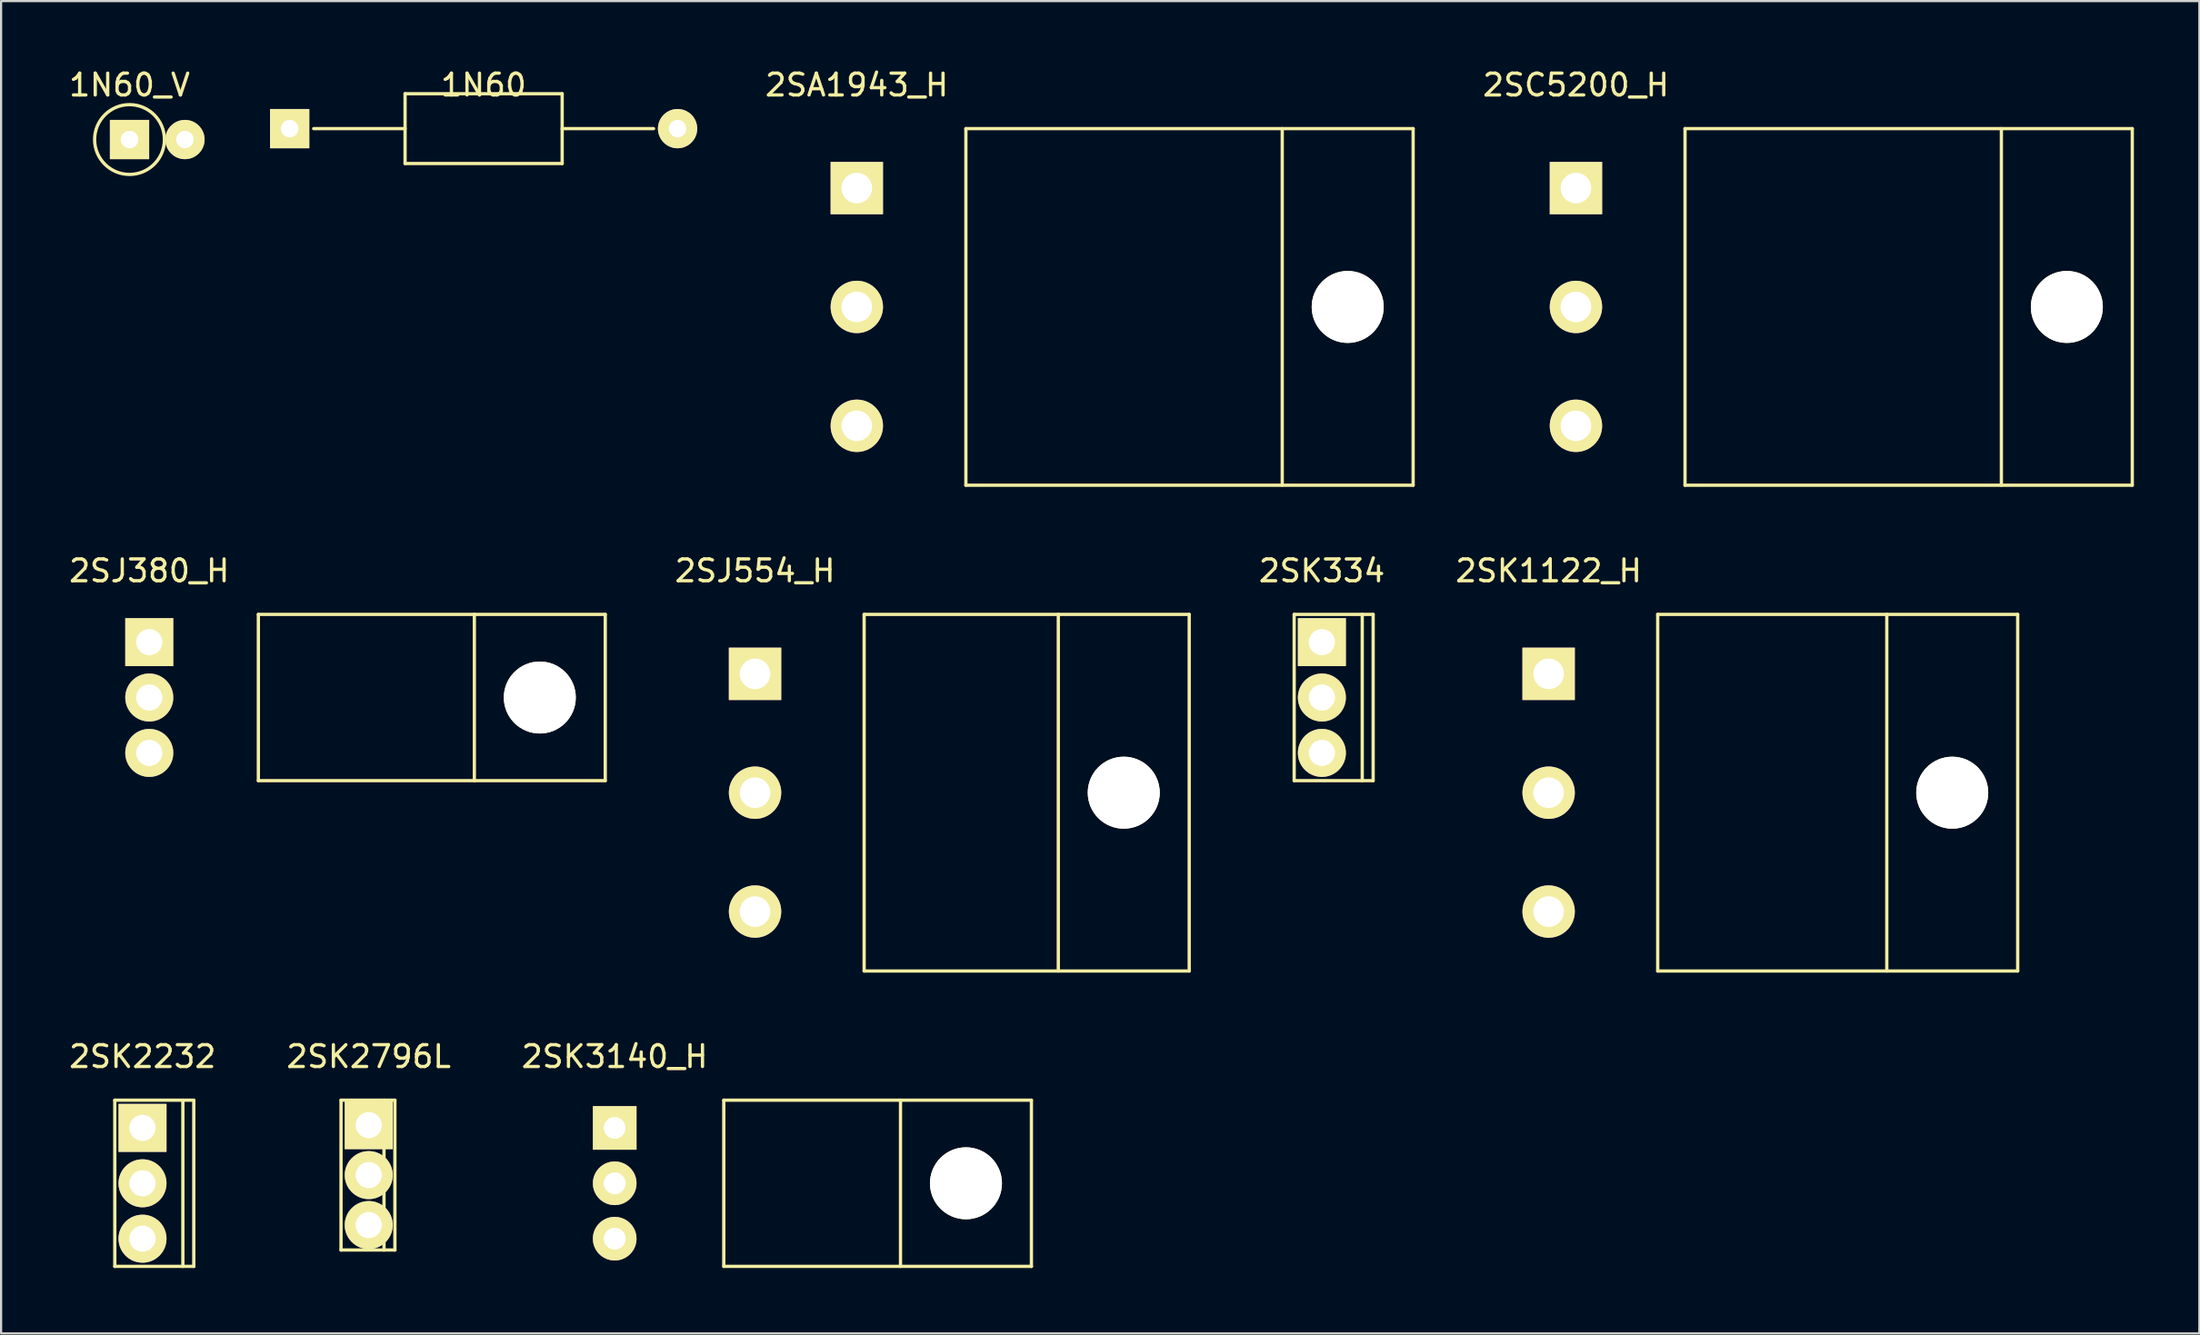
<source format=kicad_pcb>
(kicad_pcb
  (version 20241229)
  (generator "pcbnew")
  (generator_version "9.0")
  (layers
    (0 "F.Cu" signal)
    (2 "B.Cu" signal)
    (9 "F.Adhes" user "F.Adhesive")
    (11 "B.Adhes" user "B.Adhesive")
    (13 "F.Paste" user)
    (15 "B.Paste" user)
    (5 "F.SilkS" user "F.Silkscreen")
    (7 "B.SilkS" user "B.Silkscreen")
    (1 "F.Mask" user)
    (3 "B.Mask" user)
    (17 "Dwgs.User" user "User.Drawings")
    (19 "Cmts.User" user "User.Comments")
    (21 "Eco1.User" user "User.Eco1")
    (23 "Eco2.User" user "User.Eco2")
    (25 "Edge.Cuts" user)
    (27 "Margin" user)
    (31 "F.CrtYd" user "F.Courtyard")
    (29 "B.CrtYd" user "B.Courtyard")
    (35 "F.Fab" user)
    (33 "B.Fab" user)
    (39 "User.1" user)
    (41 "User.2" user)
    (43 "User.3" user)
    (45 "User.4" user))
  (footprint "2SK2796L"
    (layer "F.Cu")
    (at 13.851 48.54)
    (property "Reference" "2SK2796L" (at 0 -3.145 0) (layer "F.SilkS") (effects (font (size 1 1) (thickness 0.15))))
    (attr through_hole)
    (fp_line (start -1.27 -1.145) (end -1.27 5.725) (stroke (width 0.15) (type solid)) (layer "F.SilkS"))
    (fp_line (start -1.27 -1.145) (end 1.2 -1.145) (stroke (width 0.15) (type solid)) (layer "F.SilkS"))
    (fp_line (start -1.27 5.725) (end 1.2 5.725) (stroke (width 0.15) (type solid)) (layer "F.SilkS"))
    (fp_line (start 0.7 -1.145) (end 0.7 5.725) (stroke (width 0.15) (type solid)) (layer "F.SilkS"))
    (fp_line (start 1.2 -1.145) (end 1.2 5.725) (stroke (width 0.15) (type solid)) (layer "F.SilkS"))
    (pad "1" thru_hole rect (at 0 0) (size 2.2 2.2) (drill 1.2) (layers "*.Cu" "*.Mask" "F.SilkS"))
    (pad "2" thru_hole circle (at 0 2.29) (size 2.2 2.2) (drill 1.2) (layers "*.Cu" "*.Mask" "F.SilkS"))
    (pad "3" thru_hole circle (at 0 4.58) (size 2.2 2.2) (drill 1.2) (layers "*.Cu" "*.Mask" "F.SilkS")))
  (footprint "2SJ554_H"
    (layer "F.Cu")
    (at 31.558 27.846)
    (property "Reference" "2SJ554_H" (at 0 -4.725 0) (layer "F.SilkS") (effects (font (size 1 1) (thickness 0.15))))
    (attr through_hole)
    (fp_line (start 5 -2.725) (end 5 13.625) (stroke (width 0.15) (type solid)) (layer "F.SilkS"))
    (fp_line (start 5 -2.725) (end 19.9 -2.725) (stroke (width 0.15) (type solid)) (layer "F.SilkS"))
    (fp_line (start 5 13.625) (end 19.9 13.625) (stroke (width 0.15) (type solid)) (layer "F.SilkS"))
    (fp_line (start 13.9 -2.725) (end 13.9 13.625) (stroke (width 0.15) (type solid)) (layer "F.SilkS"))
    (fp_line (start 19.9 -2.725) (end 19.9 13.625) (stroke (width 0.15) (type solid)) (layer "F.SilkS"))
    (pad "" np_thru_hole circle (at 16.9 5.45) (size 3.3 3.3) (drill 3.3) (layers "*.Cu" "*.Mask" "F.SilkS"))
    (pad "1" thru_hole rect (at 0 0) (size 2.4 2.4) (drill 1.4) (layers "*.Cu" "*.Mask" "F.SilkS"))
    (pad "2" thru_hole circle (at 0 5.45) (size 2.4 2.4) (drill 1.4) (layers "*.Cu" "*.Mask" "F.SilkS"))
    (pad "3" thru_hole circle (at 0 10.9) (size 2.4 2.4) (drill 1.4) (layers "*.Cu" "*.Mask" "F.SilkS")))
  (footprint "2SK3140_H"
    (layer "F.Cu")
    (at 25.125 48.665)
    (property "Reference" "2SK3140_H" (at 0 -3.27 0) (layer "F.SilkS") (effects (font (size 1 1) (thickness 0.15))))
    (attr through_hole)
    (fp_line (start 5 -1.27) (end 5 6.35) (stroke (width 0.15) (type solid)) (layer "F.SilkS"))
    (fp_line (start 5 -1.27) (end 19.1 -1.27) (stroke (width 0.15) (type solid)) (layer "F.SilkS"))
    (fp_line (start 5 6.35) (end 19.1 6.35) (stroke (width 0.15) (type solid)) (layer "F.SilkS"))
    (fp_line (start 13.1 -1.27) (end 13.1 6.35) (stroke (width 0.15) (type solid)) (layer "F.SilkS"))
    (fp_line (start 19.1 -1.27) (end 19.1 6.35) (stroke (width 0.15) (type solid)) (layer "F.SilkS"))
    (pad "" np_thru_hole circle (at 16.1 2.54) (size 3.3 3.3) (drill 3.3) (layers "*.Cu" "*.Mask" "F.SilkS"))
    (pad "1" thru_hole rect (at 0 0) (size 2 2) (drill 1) (layers "*.Cu" "*.Mask" "F.SilkS"))
    (pad "2" thru_hole circle (at 0 2.54) (size 2 2) (drill 1) (layers "*.Cu" "*.Mask" "F.SilkS"))
    (pad "3" thru_hole circle (at 0 5.08) (size 2 2) (drill 1) (layers "*.Cu" "*.Mask" "F.SilkS")))
  (footprint "2SK1122_H"
    (layer "F.Cu")
    (at 67.932 27.846)
    (property "Reference" "2SK1122_H" (at 0 -4.725 0) (layer "F.SilkS") (effects (font (size 1 1) (thickness 0.15))))
    (attr through_hole)
    (fp_line (start 5 -2.725) (end 5 13.625) (stroke (width 0.15) (type solid)) (layer "F.SilkS"))
    (fp_line (start 5 -2.725) (end 21.5 -2.725) (stroke (width 0.15) (type solid)) (layer "F.SilkS"))
    (fp_line (start 5 13.625) (end 21.5 13.625) (stroke (width 0.15) (type solid)) (layer "F.SilkS"))
    (fp_line (start 15.5 -2.725) (end 15.5 13.625) (stroke (width 0.15) (type solid)) (layer "F.SilkS"))
    (fp_line (start 21.5 -2.725) (end 21.5 13.625) (stroke (width 0.15) (type solid)) (layer "F.SilkS"))
    (pad "" np_thru_hole circle (at 18.5 5.45) (size 3.3 3.3) (drill 3.3) (layers "*.Cu" "*.Mask" "F.SilkS"))
    (pad "1" thru_hole rect (at 0 0) (size 2.4 2.4) (drill 1.4) (layers "*.Cu" "*.Mask" "F.SilkS"))
    (pad "2" thru_hole circle (at 0 5.45) (size 2.4 2.4) (drill 1.4) (layers "*.Cu" "*.Mask" "F.SilkS"))
    (pad "3" thru_hole circle (at 0 10.9) (size 2.4 2.4) (drill 1.4) (layers "*.Cu" "*.Mask" "F.SilkS")))
  (footprint "1N60_V"
    (layer "F.Cu")
    (at 2.887 3.348)
    (property "Reference" "1N60_V" (at 0 -2.5 0) (layer "F.SilkS") (effects (font (size 1 1) (thickness 0.15))))
    (attr through_hole)
    (fp_circle (center 0 0) (end 0 -1.6) (stroke (width 0.15) (type solid)) (fill no) (layer "F.SilkS"))
    (pad "1" thru_hole rect (at 0 0) (size 1.8 1.8) (drill 0.8) (layers "*.Cu" "*.Mask" "F.SilkS"))
    (pad "2" thru_hole circle (at 2.54 0) (size 1.8 1.8) (drill 0.8) (layers "*.Cu" "*.Mask" "F.SilkS")))
  (footprint "1N60"
    (layer "F.Cu")
    (at 10.227 2.848)
    (property "Reference" "1N60" (at 8.89 -2 0) (layer "F.SilkS") (effects (font (size 1 1) (thickness 0.15))))
    (attr through_hole)
    (fp_line (start 1.1 0) (end 5.29 0) (stroke (width 0.15) (type solid)) (layer "F.SilkS"))
    (fp_line (start 5.29 -1.6) (end 5.29 1.6) (stroke (width 0.15) (type solid)) (layer "F.SilkS"))
    (fp_line (start 5.29 -1.6) (end 12.49 -1.6) (stroke (width 0.15) (type solid)) (layer "F.SilkS"))
    (fp_line (start 5.29 1.6) (end 12.49 1.6) (stroke (width 0.15) (type solid)) (layer "F.SilkS"))
    (fp_line (start 12.49 0) (end 16.68 0) (stroke (width 0.15) (type solid)) (layer "F.SilkS"))
    (fp_line (start 12.49 1.6) (end 12.49 -1.6) (stroke (width 0.15) (type solid)) (layer "F.SilkS"))
    (pad "1" thru_hole rect (at 0 0) (size 1.8 1.8) (drill 0.8) (layers "*.Cu" "*.Mask" "F.SilkS"))
    (pad "2" thru_hole circle (at 17.78 0) (size 1.8 1.8) (drill 0.8) (layers "*.Cu" "*.Mask" "F.SilkS")))
  (footprint "2SK2232"
    (layer "F.Cu")
    (at 3.482 48.665)
    (property "Reference" "2SK2232" (at 0 -3.27 0) (layer "F.SilkS") (effects (font (size 1 1) (thickness 0.15))))
    (attr through_hole)
    (fp_line (start -1.27 -1.27) (end -1.27 6.35) (stroke (width 0.15) (type solid)) (layer "F.SilkS"))
    (fp_line (start -1.27 -1.27) (end 2.35 -1.27) (stroke (width 0.15) (type solid)) (layer "F.SilkS"))
    (fp_line (start -1.27 6.35) (end 2.35 6.35) (stroke (width 0.15) (type solid)) (layer "F.SilkS"))
    (fp_line (start 1.85 -1.27) (end 1.85 6.35) (stroke (width 0.15) (type solid)) (layer "F.SilkS"))
    (fp_line (start 2.35 -1.27) (end 2.35 6.35) (stroke (width 0.15) (type solid)) (layer "F.SilkS"))
    (pad "1" thru_hole rect (at 0 0) (size 2.2 2.2) (drill 1.2) (layers "*.Cu" "*.Mask" "F.SilkS"))
    (pad "2" thru_hole circle (at 0 2.54) (size 2.2 2.2) (drill 1.2) (layers "*.Cu" "*.Mask" "F.SilkS"))
    (pad "3" thru_hole circle (at 0 5.08) (size 2.2 2.2) (drill 1.2) (layers "*.Cu" "*.Mask" "F.SilkS")))
  (footprint "2SC5200_H"
    (layer "F.Cu")
    (at 69.184 5.573)
    (property "Reference" "2SC5200_H" (at 0 -4.725 0) (layer "F.SilkS") (effects (font (size 1 1) (thickness 0.15))))
    (attr through_hole)
    (fp_line (start 5 -2.725) (end 5 13.625) (stroke (width 0.15) (type solid)) (layer "F.SilkS"))
    (fp_line (start 5 -2.725) (end 25.5 -2.725) (stroke (width 0.15) (type solid)) (layer "F.SilkS"))
    (fp_line (start 5 13.625) (end 25.5 13.625) (stroke (width 0.15) (type solid)) (layer "F.SilkS"))
    (fp_line (start 19.5 -2.725) (end 19.5 13.625) (stroke (width 0.15) (type solid)) (layer "F.SilkS"))
    (fp_line (start 25.5 -2.725) (end 25.5 13.625) (stroke (width 0.15) (type solid)) (layer "F.SilkS"))
    (pad "" np_thru_hole circle (at 22.5 5.45) (size 3.3 3.3) (drill 3.3) (layers "*.Cu" "*.Mask" "F.SilkS"))
    (pad "1" thru_hole rect (at 0 0) (size 2.4 2.4) (drill 1.4) (layers "*.Cu" "*.Mask" "F.SilkS"))
    (pad "2" thru_hole circle (at 0 5.45) (size 2.4 2.4) (drill 1.4) (layers "*.Cu" "*.Mask" "F.SilkS"))
    (pad "3" thru_hole circle (at 0 10.9) (size 2.4 2.4) (drill 1.4) (layers "*.Cu" "*.Mask" "F.SilkS")))
  (footprint "2SJ380_H"
    (layer "F.Cu")
    (at 3.792 26.392)
    (property "Reference" "2SJ380_H" (at 0 -3.27 0) (layer "F.SilkS") (effects (font (size 1 1) (thickness 0.15))))
    (attr through_hole)
    (fp_line (start 5 -1.27) (end 5 6.35) (stroke (width 0.15) (type solid)) (layer "F.SilkS"))
    (fp_line (start 5 -1.27) (end 20.9 -1.27) (stroke (width 0.15) (type solid)) (layer "F.SilkS"))
    (fp_line (start 5 6.35) (end 20.9 6.35) (stroke (width 0.15) (type solid)) (layer "F.SilkS"))
    (fp_line (start 14.9 -1.27) (end 14.9 6.35) (stroke (width 0.15) (type solid)) (layer "F.SilkS"))
    (fp_line (start 20.9 -1.27) (end 20.9 6.35) (stroke (width 0.15) (type solid)) (layer "F.SilkS"))
    (pad "" np_thru_hole circle (at 17.9 2.54) (size 3.3 3.3) (drill 3.3) (layers "*.Cu" "*.Mask" "F.SilkS"))
    (pad "1" thru_hole rect (at 0 0) (size 2.2 2.2) (drill 1.2) (layers "*.Cu" "*.Mask" "F.SilkS"))
    (pad "2" thru_hole circle (at 0 2.54) (size 2.2 2.2) (drill 1.2) (layers "*.Cu" "*.Mask" "F.SilkS"))
    (pad "3" thru_hole circle (at 0 5.08) (size 2.2 2.2) (drill 1.2) (layers "*.Cu" "*.Mask" "F.SilkS")))
  (footprint "2SK334"
    (layer "F.Cu")
    (at 57.539 26.392)
    (property "Reference" "2SK334" (at 0 -3.27 0) (layer "F.SilkS") (effects (font (size 1 1) (thickness 0.15))))
    (attr through_hole)
    (fp_line (start -1.27 -1.27) (end -1.27 6.35) (stroke (width 0.15) (type solid)) (layer "F.SilkS"))
    (fp_line (start -1.27 -1.27) (end 2.35 -1.27) (stroke (width 0.15) (type solid)) (layer "F.SilkS"))
    (fp_line (start -1.27 6.35) (end 2.35 6.35) (stroke (width 0.15) (type solid)) (layer "F.SilkS"))
    (fp_line (start 1.85 -1.27) (end 1.85 6.35) (stroke (width 0.15) (type solid)) (layer "F.SilkS"))
    (fp_line (start 2.35 -1.27) (end 2.35 6.35) (stroke (width 0.15) (type solid)) (layer "F.SilkS"))
    (pad "1" thru_hole rect (at 0 0) (size 2.2 2.2) (drill 1.2) (layers "*.Cu" "*.Mask" "F.SilkS"))
    (pad "2" thru_hole circle (at 0 2.54) (size 2.2 2.2) (drill 1.2) (layers "*.Cu" "*.Mask" "F.SilkS"))
    (pad "3" thru_hole circle (at 0 5.08) (size 2.2 2.2) (drill 1.2) (layers "*.Cu" "*.Mask" "F.SilkS")))
  (footprint "2SA1943_H"
    (layer "F.Cu")
    (at 36.222 5.573)
    (property "Reference" "2SA1943_H" (at 0 -4.725 0) (layer "F.SilkS") (effects (font (size 1 1) (thickness 0.15))))
    (attr through_hole)
    (fp_line (start 5 -2.725) (end 5 13.625) (stroke (width 0.15) (type solid)) (layer "F.SilkS"))
    (fp_line (start 5 -2.725) (end 25.5 -2.725) (stroke (width 0.15) (type solid)) (layer "F.SilkS"))
    (fp_line (start 5 13.625) (end 25.5 13.625) (stroke (width 0.15) (type solid)) (layer "F.SilkS"))
    (fp_line (start 19.5 -2.725) (end 19.5 13.625) (stroke (width 0.15) (type solid)) (layer "F.SilkS"))
    (fp_line (start 25.5 -2.725) (end 25.5 13.625) (stroke (width 0.15) (type solid)) (layer "F.SilkS"))
    (pad "" np_thru_hole circle (at 22.5 5.45) (size 3.3 3.3) (drill 3.3) (layers "*.Cu" "*.Mask" "F.SilkS"))
    (pad "1" thru_hole rect (at 0 0) (size 2.4 2.4) (drill 1.4) (layers "*.Cu" "*.Mask" "F.SilkS"))
    (pad "2" thru_hole circle (at 0 5.45) (size 2.4 2.4) (drill 1.4) (layers "*.Cu" "*.Mask" "F.SilkS"))
    (pad "3" thru_hole circle (at 0 10.9) (size 2.4 2.4) (drill 1.4) (layers "*.Cu" "*.Mask" "F.SilkS")))
  (gr_rect
    (start -3 -3)
    (end 97.759 58.09)
    (stroke (width 0.1) (type default))
    (fill no)
    (layer "Edge.Cuts")))
</source>
